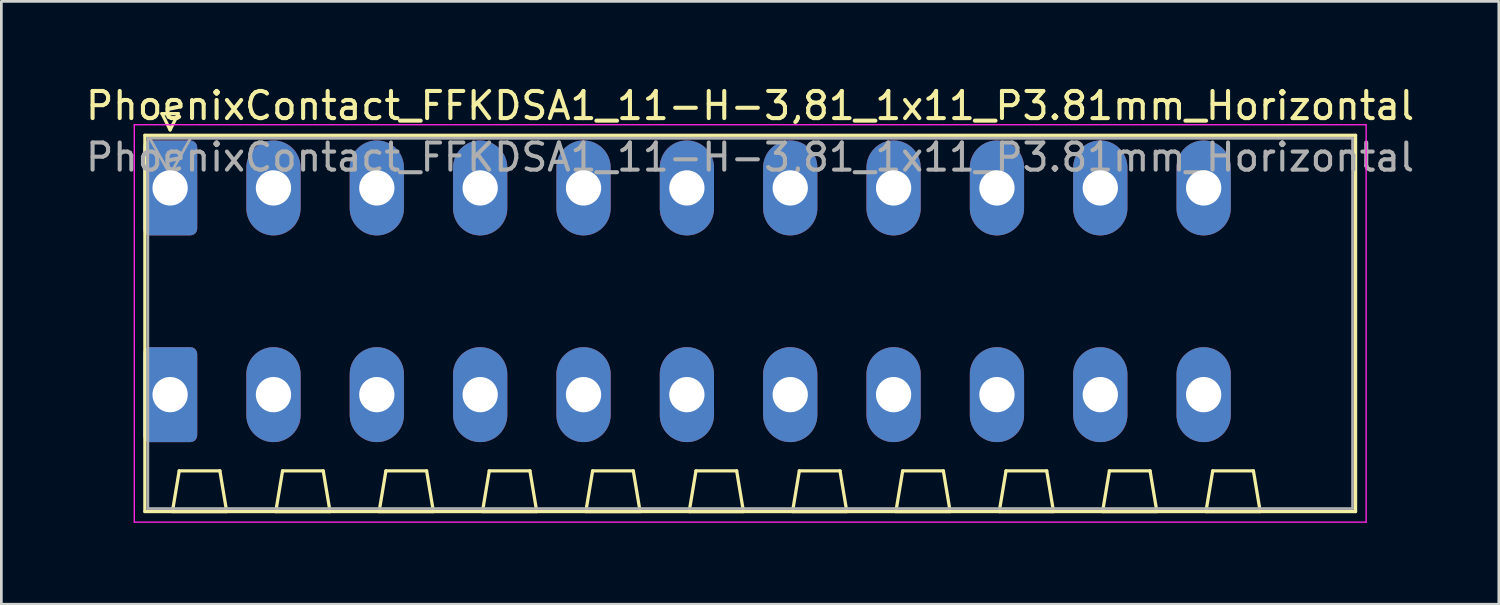
<source format=kicad_pcb>
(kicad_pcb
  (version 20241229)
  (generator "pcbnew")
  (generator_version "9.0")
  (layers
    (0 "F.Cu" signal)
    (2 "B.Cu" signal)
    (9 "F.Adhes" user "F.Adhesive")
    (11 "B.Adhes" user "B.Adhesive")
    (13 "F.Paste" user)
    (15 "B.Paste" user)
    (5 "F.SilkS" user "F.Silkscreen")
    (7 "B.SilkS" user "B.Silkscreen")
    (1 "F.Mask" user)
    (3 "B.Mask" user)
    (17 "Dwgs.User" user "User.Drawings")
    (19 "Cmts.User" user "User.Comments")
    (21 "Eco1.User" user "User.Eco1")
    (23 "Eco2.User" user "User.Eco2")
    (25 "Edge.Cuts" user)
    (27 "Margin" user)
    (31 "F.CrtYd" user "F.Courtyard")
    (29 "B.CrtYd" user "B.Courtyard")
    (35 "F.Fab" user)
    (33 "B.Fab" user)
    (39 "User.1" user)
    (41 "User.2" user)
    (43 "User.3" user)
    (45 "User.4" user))
  (footprint "PhoenixContact_FFKDSA1_11-H-3,81_1x11_P3.81mm_Horizontal"
    (layer "F.Cu")
    (at 3.221 3.878)
    (property "Reference" "PhoenixContact_FFKDSA1_11-H-3,81_1x11_P3.81mm_Horizontal" (at 21.38 -3.03 0) (layer "F.SilkS") (effects (font (size 1 1) (thickness 0.15))))
    (attr through_hole)
    (fp_line (start -0.93 -1.94) (end -0.93 11.93) (stroke (width 0.12) (type solid)) (layer "F.SilkS"))
    (fp_line (start -0.93 11.93) (end 43.7 11.93) (stroke (width 0.12) (type solid)) (layer "F.SilkS"))
    (fp_line (start -0.3 -2.74) (end 0.3 -2.74) (stroke (width 0.12) (type solid)) (layer "F.SilkS"))
    (fp_line (start 0 -2.14) (end -0.3 -2.74) (stroke (width 0.12) (type solid)) (layer "F.SilkS"))
    (fp_line (start 0.085 11.93) (end 2.085 11.93) (stroke (width 0.12) (type solid)) (layer "F.SilkS"))
    (fp_line (start 0.3 -2.74) (end 0 -2.14) (stroke (width 0.12) (type solid)) (layer "F.SilkS"))
    (fp_line (start 0.335 10.43) (end 0.085 11.93) (stroke (width 0.12) (type solid)) (layer "F.SilkS"))
    (fp_line (start 1.835 10.43) (end 0.335 10.43) (stroke (width 0.12) (type solid)) (layer "F.SilkS"))
    (fp_line (start 2.085 11.93) (end 1.835 10.43) (stroke (width 0.12) (type solid)) (layer "F.SilkS"))
    (fp_line (start 3.895 11.93) (end 5.895 11.93) (stroke (width 0.12) (type solid)) (layer "F.SilkS"))
    (fp_line (start 4.145 10.43) (end 3.895 11.93) (stroke (width 0.12) (type solid)) (layer "F.SilkS"))
    (fp_line (start 5.645 10.43) (end 4.145 10.43) (stroke (width 0.12) (type solid)) (layer "F.SilkS"))
    (fp_line (start 5.895 11.93) (end 5.645 10.43) (stroke (width 0.12) (type solid)) (layer "F.SilkS"))
    (fp_line (start 7.705 11.93) (end 9.705 11.93) (stroke (width 0.12) (type solid)) (layer "F.SilkS"))
    (fp_line (start 7.955 10.43) (end 7.705 11.93) (stroke (width 0.12) (type solid)) (layer "F.SilkS"))
    (fp_line (start 9.455 10.43) (end 7.955 10.43) (stroke (width 0.12) (type solid)) (layer "F.SilkS"))
    (fp_line (start 9.705 11.93) (end 9.455 10.43) (stroke (width 0.12) (type solid)) (layer "F.SilkS"))
    (fp_line (start 11.515 11.93) (end 13.515 11.93) (stroke (width 0.12) (type solid)) (layer "F.SilkS"))
    (fp_line (start 11.765 10.43) (end 11.515 11.93) (stroke (width 0.12) (type solid)) (layer "F.SilkS"))
    (fp_line (start 13.265 10.43) (end 11.765 10.43) (stroke (width 0.12) (type solid)) (layer "F.SilkS"))
    (fp_line (start 13.515 11.93) (end 13.265 10.43) (stroke (width 0.12) (type solid)) (layer "F.SilkS"))
    (fp_line (start 15.325 11.93) (end 17.325 11.93) (stroke (width 0.12) (type solid)) (layer "F.SilkS"))
    (fp_line (start 15.575 10.43) (end 15.325 11.93) (stroke (width 0.12) (type solid)) (layer "F.SilkS"))
    (fp_line (start 17.075 10.43) (end 15.575 10.43) (stroke (width 0.12) (type solid)) (layer "F.SilkS"))
    (fp_line (start 17.325 11.93) (end 17.075 10.43) (stroke (width 0.12) (type solid)) (layer "F.SilkS"))
    (fp_line (start 19.135 11.93) (end 21.135 11.93) (stroke (width 0.12) (type solid)) (layer "F.SilkS"))
    (fp_line (start 19.385 10.43) (end 19.135 11.93) (stroke (width 0.12) (type solid)) (layer "F.SilkS"))
    (fp_line (start 20.885 10.43) (end 19.385 10.43) (stroke (width 0.12) (type solid)) (layer "F.SilkS"))
    (fp_line (start 21.135 11.93) (end 20.885 10.43) (stroke (width 0.12) (type solid)) (layer "F.SilkS"))
    (fp_line (start 22.945 11.93) (end 24.945 11.93) (stroke (width 0.12) (type solid)) (layer "F.SilkS"))
    (fp_line (start 23.195 10.43) (end 22.945 11.93) (stroke (width 0.12) (type solid)) (layer "F.SilkS"))
    (fp_line (start 24.695 10.43) (end 23.195 10.43) (stroke (width 0.12) (type solid)) (layer "F.SilkS"))
    (fp_line (start 24.945 11.93) (end 24.695 10.43) (stroke (width 0.12) (type solid)) (layer "F.SilkS"))
    (fp_line (start 26.755 11.93) (end 28.755 11.93) (stroke (width 0.12) (type solid)) (layer "F.SilkS"))
    (fp_line (start 27.005 10.43) (end 26.755 11.93) (stroke (width 0.12) (type solid)) (layer "F.SilkS"))
    (fp_line (start 28.505 10.43) (end 27.005 10.43) (stroke (width 0.12) (type solid)) (layer "F.SilkS"))
    (fp_line (start 28.755 11.93) (end 28.505 10.43) (stroke (width 0.12) (type solid)) (layer "F.SilkS"))
    (fp_line (start 30.565 11.93) (end 32.565 11.93) (stroke (width 0.12) (type solid)) (layer "F.SilkS"))
    (fp_line (start 30.815 10.43) (end 30.565 11.93) (stroke (width 0.12) (type solid)) (layer "F.SilkS"))
    (fp_line (start 32.315 10.43) (end 30.815 10.43) (stroke (width 0.12) (type solid)) (layer "F.SilkS"))
    (fp_line (start 32.565 11.93) (end 32.315 10.43) (stroke (width 0.12) (type solid)) (layer "F.SilkS"))
    (fp_line (start 34.375 11.93) (end 36.375 11.93) (stroke (width 0.12) (type solid)) (layer "F.SilkS"))
    (fp_line (start 34.625 10.43) (end 34.375 11.93) (stroke (width 0.12) (type solid)) (layer "F.SilkS"))
    (fp_line (start 36.125 10.43) (end 34.625 10.43) (stroke (width 0.12) (type solid)) (layer "F.SilkS"))
    (fp_line (start 36.375 11.93) (end 36.125 10.43) (stroke (width 0.12) (type solid)) (layer "F.SilkS"))
    (fp_line (start 38.185 11.93) (end 40.185 11.93) (stroke (width 0.12) (type solid)) (layer "F.SilkS"))
    (fp_line (start 38.435 10.43) (end 38.185 11.93) (stroke (width 0.12) (type solid)) (layer "F.SilkS"))
    (fp_line (start 39.935 10.43) (end 38.435 10.43) (stroke (width 0.12) (type solid)) (layer "F.SilkS"))
    (fp_line (start 40.185 11.93) (end 39.935 10.43) (stroke (width 0.12) (type solid)) (layer "F.SilkS"))
    (fp_line (start 43.7 -1.94) (end -0.93 -1.94) (stroke (width 0.12) (type solid)) (layer "F.SilkS"))
    (fp_line (start 43.7 11.93) (end 43.7 -1.94) (stroke (width 0.12) (type solid)) (layer "F.SilkS"))
    (fp_line (start -1.32 -2.33) (end -1.32 12.32) (stroke (width 0.05) (type solid)) (layer "F.CrtYd"))
    (fp_line (start -1.32 12.32) (end 44.09 12.32) (stroke (width 0.05) (type solid)) (layer "F.CrtYd"))
    (fp_line (start 44.09 -2.33) (end -1.32 -2.33) (stroke (width 0.05) (type solid)) (layer "F.CrtYd"))
    (fp_line (start 44.09 12.32) (end 44.09 -2.33) (stroke (width 0.05) (type solid)) (layer "F.CrtYd"))
    (fp_line (start -0.82 -1.83) (end -0.82 11.82) (stroke (width 0.1) (type solid)) (layer "F.Fab"))
    (fp_line (start -0.82 11.82) (end 43.59 11.82) (stroke (width 0.1) (type solid)) (layer "F.Fab"))
    (fp_line (start 0 -0.5) (end -0.75 -1.83) (stroke (width 0.1) (type solid)) (layer "F.Fab"))
    (fp_line (start 0.75 -1.83) (end 0 -0.5) (stroke (width 0.1) (type solid)) (layer "F.Fab"))
    (fp_line (start 43.59 -1.83) (end -0.82 -1.83) (stroke (width 0.1) (type solid)) (layer "F.Fab"))
    (fp_line (start 43.59 11.82) (end 43.59 -1.83) (stroke (width 0.1) (type solid)) (layer "F.Fab"))
    (fp_text user "${REFERENCE}" (at 21.38 -1.13 0) (layer "F.Fab") (effects (font (size 1 1) (thickness 0.15))))
    (pad "1" thru_hole roundrect (at 0 0) (size 2 3.5) (drill 1.3) (layers "*.Cu" "*.Mask") (roundrect_rratio 0.125))
    (pad "1" thru_hole roundrect (at 0 7.62) (size 2 3.5) (drill 1.3) (layers "*.Cu" "*.Mask") (roundrect_rratio 0.125))
    (pad "2" thru_hole oval (at 3.81 0) (size 2 3.5) (drill 1.3) (layers "*.Cu" "*.Mask"))
    (pad "2" thru_hole oval (at 3.81 7.62) (size 2 3.5) (drill 1.3) (layers "*.Cu" "*.Mask"))
    (pad "3" thru_hole oval (at 7.62 0) (size 2 3.5) (drill 1.3) (layers "*.Cu" "*.Mask"))
    (pad "3" thru_hole oval (at 7.62 7.62) (size 2 3.5) (drill 1.3) (layers "*.Cu" "*.Mask"))
    (pad "4" thru_hole oval (at 11.43 0) (size 2 3.5) (drill 1.3) (layers "*.Cu" "*.Mask"))
    (pad "4" thru_hole oval (at 11.43 7.62) (size 2 3.5) (drill 1.3) (layers "*.Cu" "*.Mask"))
    (pad "5" thru_hole oval (at 15.24 0) (size 2 3.5) (drill 1.3) (layers "*.Cu" "*.Mask"))
    (pad "5" thru_hole oval (at 15.24 7.62) (size 2 3.5) (drill 1.3) (layers "*.Cu" "*.Mask"))
    (pad "6" thru_hole oval (at 19.05 0) (size 2 3.5) (drill 1.3) (layers "*.Cu" "*.Mask"))
    (pad "6" thru_hole oval (at 19.05 7.62) (size 2 3.5) (drill 1.3) (layers "*.Cu" "*.Mask"))
    (pad "7" thru_hole oval (at 22.86 0) (size 2 3.5) (drill 1.3) (layers "*.Cu" "*.Mask"))
    (pad "7" thru_hole oval (at 22.86 7.62) (size 2 3.5) (drill 1.3) (layers "*.Cu" "*.Mask"))
    (pad "8" thru_hole oval (at 26.67 0) (size 2 3.5) (drill 1.3) (layers "*.Cu" "*.Mask"))
    (pad "8" thru_hole oval (at 26.67 7.62) (size 2 3.5) (drill 1.3) (layers "*.Cu" "*.Mask"))
    (pad "9" thru_hole oval (at 30.48 0) (size 2 3.5) (drill 1.3) (layers "*.Cu" "*.Mask"))
    (pad "9" thru_hole oval (at 30.48 7.62) (size 2 3.5) (drill 1.3) (layers "*.Cu" "*.Mask"))
    (pad "10" thru_hole oval (at 34.29 0) (size 2 3.5) (drill 1.3) (layers "*.Cu" "*.Mask"))
    (pad "10" thru_hole oval (at 34.29 7.62) (size 2 3.5) (drill 1.3) (layers "*.Cu" "*.Mask"))
    (pad "11" thru_hole oval (at 38.1 0) (size 2 3.5) (drill 1.3) (layers "*.Cu" "*.Mask"))
    (pad "11" thru_hole oval (at 38.1 7.62) (size 2 3.5) (drill 1.3) (layers "*.Cu" "*.Mask")))
  (gr_rect
    (start -3 -3)
    (end 52.202 19.223)
    (stroke (width 0.1) (type default))
    (fill no)
    (layer "Edge.Cuts")))
</source>
